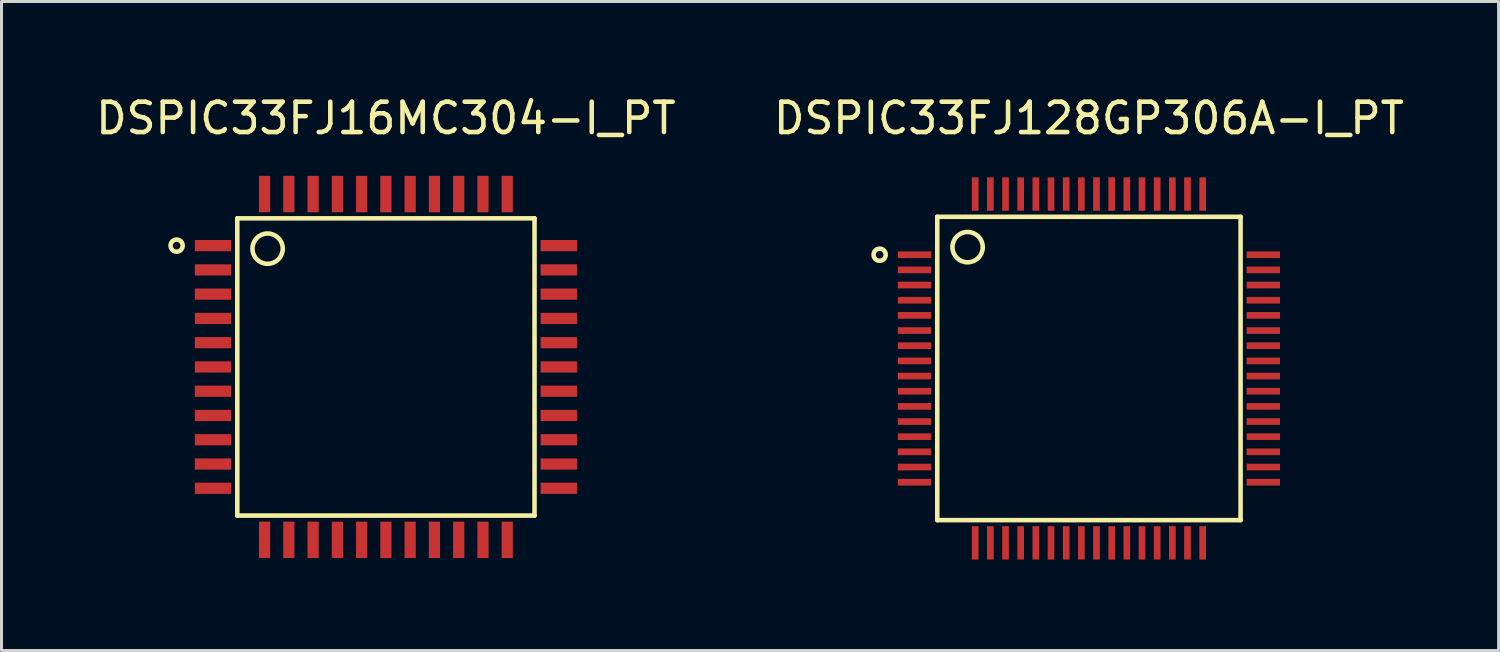
<source format=kicad_pcb>
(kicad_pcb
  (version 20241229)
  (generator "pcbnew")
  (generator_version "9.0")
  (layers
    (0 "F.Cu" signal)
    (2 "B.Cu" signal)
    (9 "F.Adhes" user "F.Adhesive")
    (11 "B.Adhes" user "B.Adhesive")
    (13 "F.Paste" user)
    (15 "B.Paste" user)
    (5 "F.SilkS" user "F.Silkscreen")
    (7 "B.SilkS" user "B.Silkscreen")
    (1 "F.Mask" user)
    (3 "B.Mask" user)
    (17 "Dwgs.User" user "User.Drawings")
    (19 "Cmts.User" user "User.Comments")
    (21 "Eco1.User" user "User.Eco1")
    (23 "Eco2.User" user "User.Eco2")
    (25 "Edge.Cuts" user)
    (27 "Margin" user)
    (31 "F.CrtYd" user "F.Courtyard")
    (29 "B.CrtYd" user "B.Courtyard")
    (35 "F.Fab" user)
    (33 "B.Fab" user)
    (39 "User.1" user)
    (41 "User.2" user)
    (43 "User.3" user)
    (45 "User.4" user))
  (footprint "DSPIC33FJ16MC304-I_PT"
    (layer "F.Cu")
    (at 3.973 3.348)
    (property "Reference" "DSPIC33FJ16MC304-I_PT" (at 5.7 -2.5 0) (layer "F.SilkS") (effects (font (size 1 1) (thickness 0.15))))
    (attr through_hole)
    (fp_line (start 0.8 0.8) (end 0.8 10.6) (stroke (width 0.15) (type solid)) (layer "F.SilkS"))
    (fp_line (start 0.8 0.8) (end 10.6 0.8) (stroke (width 0.15) (type solid)) (layer "F.SilkS"))
    (fp_line (start 0.8 10.6) (end 10.6 10.6) (stroke (width 0.15) (type solid)) (layer "F.SilkS"))
    (fp_line (start 10.6 10.6) (end 10.6 0.8) (stroke (width 0.15) (type solid)) (layer "F.SilkS"))
    (fp_circle (center -1.2 1.7) (end -1.2 1.5) (stroke (width 0.15) (type solid)) (fill no) (layer "F.SilkS"))
    (fp_circle (center 1.8 1.8) (end 1.8 1.3) (stroke (width 0.15) (type solid)) (fill no) (layer "F.SilkS"))
    (pad "1" smd rect (at 0 1.7) (size 1.2 0.37) (layers "F.Cu" "F.Mask" "F.Paste"))
    (pad "2" smd rect (at 0 2.5) (size 1.2 0.37) (layers "F.Cu" "F.Mask" "F.Paste"))
    (pad "3" smd rect (at 0 3.3) (size 1.2 0.37) (layers "F.Cu" "F.Mask" "F.Paste"))
    (pad "4" smd rect (at 0 4.1) (size 1.2 0.37) (layers "F.Cu" "F.Mask" "F.Paste"))
    (pad "5" smd rect (at 0 4.9) (size 1.2 0.37) (layers "F.Cu" "F.Mask" "F.Paste"))
    (pad "6" smd rect (at 0 5.7) (size 1.2 0.37) (layers "F.Cu" "F.Mask" "F.Paste"))
    (pad "7" smd rect (at 0 6.5) (size 1.2 0.37) (layers "F.Cu" "F.Mask" "F.Paste"))
    (pad "8" smd rect (at 0 7.3) (size 1.2 0.37) (layers "F.Cu" "F.Mask" "F.Paste"))
    (pad "9" smd rect (at 0 8.1) (size 1.2 0.37) (layers "F.Cu" "F.Mask" "F.Paste"))
    (pad "10" smd rect (at 0 8.9) (size 1.2 0.37) (layers "F.Cu" "F.Mask" "F.Paste"))
    (pad "11" smd rect (at 0 9.7) (size 1.2 0.37) (layers "F.Cu" "F.Mask" "F.Paste"))
    (pad "12" smd rect (at 1.7 11.4) (size 0.37 1.2) (layers "F.Cu" "F.Mask" "F.Paste"))
    (pad "13" smd rect (at 2.5 11.4) (size 0.37 1.2) (layers "F.Cu" "F.Mask" "F.Paste"))
    (pad "14" smd rect (at 3.3 11.4) (size 0.37 1.2) (layers "F.Cu" "F.Mask" "F.Paste"))
    (pad "15" smd rect (at 4.1 11.4) (size 0.37 1.2) (layers "F.Cu" "F.Mask" "F.Paste"))
    (pad "16" smd rect (at 4.9 11.4) (size 0.37 1.2) (layers "F.Cu" "F.Mask" "F.Paste"))
    (pad "17" smd rect (at 5.7 11.4) (size 0.37 1.2) (layers "F.Cu" "F.Mask" "F.Paste"))
    (pad "18" smd rect (at 6.5 11.4) (size 0.37 1.2) (layers "F.Cu" "F.Mask" "F.Paste"))
    (pad "19" smd rect (at 7.3 11.4) (size 0.37 1.2) (layers "F.Cu" "F.Mask" "F.Paste"))
    (pad "20" smd rect (at 8.1 11.4) (size 0.37 1.2) (layers "F.Cu" "F.Mask" "F.Paste"))
    (pad "21" smd rect (at 8.9 11.4) (size 0.37 1.2) (layers "F.Cu" "F.Mask" "F.Paste"))
    (pad "22" smd rect (at 9.7 11.4) (size 0.37 1.2) (layers "F.Cu" "F.Mask" "F.Paste"))
    (pad "23" smd rect (at 11.4 9.7) (size 1.2 0.37) (layers "F.Cu" "F.Mask" "F.Paste"))
    (pad "24" smd rect (at 11.4 8.9) (size 1.2 0.37) (layers "F.Cu" "F.Mask" "F.Paste"))
    (pad "25" smd rect (at 11.4 8.1) (size 1.2 0.37) (layers "F.Cu" "F.Mask" "F.Paste"))
    (pad "26" smd rect (at 11.4 7.3) (size 1.2 0.37) (layers "F.Cu" "F.Mask" "F.Paste"))
    (pad "27" smd rect (at 11.4 6.5) (size 1.2 0.37) (layers "F.Cu" "F.Mask" "F.Paste"))
    (pad "28" smd rect (at 11.4 5.7) (size 1.2 0.37) (layers "F.Cu" "F.Mask" "F.Paste"))
    (pad "29" smd rect (at 11.4 4.9) (size 1.2 0.37) (layers "F.Cu" "F.Mask" "F.Paste"))
    (pad "30" smd rect (at 11.4 4.1) (size 1.2 0.37) (layers "F.Cu" "F.Mask" "F.Paste"))
    (pad "31" smd rect (at 11.4 3.3) (size 1.2 0.37) (layers "F.Cu" "F.Mask" "F.Paste"))
    (pad "32" smd rect (at 11.4 2.5) (size 1.2 0.37) (layers "F.Cu" "F.Mask" "F.Paste"))
    (pad "33" smd rect (at 11.4 1.7) (size 1.2 0.37) (layers "F.Cu" "F.Mask" "F.Paste"))
    (pad "34" smd rect (at 9.7 0) (size 0.37 1.2) (layers "F.Cu" "F.Mask" "F.Paste"))
    (pad "35" smd rect (at 8.9 0) (size 0.37 1.2) (layers "F.Cu" "F.Mask" "F.Paste"))
    (pad "36" smd rect (at 8.1 0) (size 0.37 1.2) (layers "F.Cu" "F.Mask" "F.Paste"))
    (pad "37" smd rect (at 7.3 0) (size 0.37 1.2) (layers "F.Cu" "F.Mask" "F.Paste"))
    (pad "38" smd rect (at 6.5 0) (size 0.37 1.2) (layers "F.Cu" "F.Mask" "F.Paste"))
    (pad "39" smd rect (at 5.7 0) (size 0.37 1.2) (layers "F.Cu" "F.Mask" "F.Paste"))
    (pad "40" smd rect (at 4.9 0) (size 0.37 1.2) (layers "F.Cu" "F.Mask" "F.Paste"))
    (pad "41" smd rect (at 4.1 0) (size 0.37 1.2) (layers "F.Cu" "F.Mask" "F.Paste"))
    (pad "42" smd rect (at 3.3 0) (size 0.37 1.2) (layers "F.Cu" "F.Mask" "F.Paste"))
    (pad "43" smd rect (at 2.5 0) (size 0.37 1.2) (layers "F.Cu" "F.Mask" "F.Paste"))
    (pad "44" smd rect (at 1.7 0) (size 0.37 1.2) (layers "F.Cu" "F.Mask" "F.Paste")))
  (footprint "DSPIC33FJ128GP306A-I_PT"
    (layer "F.Cu")
    (at 27.101 3.348)
    (property "Reference" "DSPIC33FJ128GP306A-I_PT" (at 5.75 -2.5 0) (layer "F.SilkS") (effects (font (size 1 1) (thickness 0.15))))
    (attr through_hole)
    (fp_line (start 0.75 0.75) (end 0.75 10.75) (stroke (width 0.15) (type solid)) (layer "F.SilkS"))
    (fp_line (start 0.75 0.75) (end 10.75 0.75) (stroke (width 0.15) (type solid)) (layer "F.SilkS"))
    (fp_line (start 0.75 10.75) (end 10.75 10.75) (stroke (width 0.15) (type solid)) (layer "F.SilkS"))
    (fp_line (start 10.75 10.75) (end 10.75 0.75) (stroke (width 0.15) (type solid)) (layer "F.SilkS"))
    (fp_circle (center -1.15 2) (end -1.15 1.8) (stroke (width 0.15) (type solid)) (fill no) (layer "F.SilkS"))
    (fp_circle (center 1.75 1.75) (end 1.75 1.25) (stroke (width 0.15) (type solid)) (fill no) (layer "F.SilkS"))
    (pad "1" smd rect (at 0 2) (size 1.1 0.22) (layers "F.Cu" "F.Mask" "F.Paste"))
    (pad "2" smd rect (at 0 2.5) (size 1.1 0.22) (layers "F.Cu" "F.Mask" "F.Paste"))
    (pad "3" smd rect (at 0 3) (size 1.1 0.22) (layers "F.Cu" "F.Mask" "F.Paste"))
    (pad "4" smd rect (at 0 3.5) (size 1.1 0.22) (layers "F.Cu" "F.Mask" "F.Paste"))
    (pad "5" smd rect (at 0 4) (size 1.1 0.22) (layers "F.Cu" "F.Mask" "F.Paste"))
    (pad "6" smd rect (at 0 4.5) (size 1.1 0.22) (layers "F.Cu" "F.Mask" "F.Paste"))
    (pad "7" smd rect (at 0 5) (size 1.1 0.22) (layers "F.Cu" "F.Mask" "F.Paste"))
    (pad "8" smd rect (at 0 5.5) (size 1.1 0.22) (layers "F.Cu" "F.Mask" "F.Paste"))
    (pad "9" smd rect (at 0 6) (size 1.1 0.22) (layers "F.Cu" "F.Mask" "F.Paste"))
    (pad "10" smd rect (at 0 6.5) (size 1.1 0.22) (layers "F.Cu" "F.Mask" "F.Paste"))
    (pad "11" smd rect (at 0 7) (size 1.1 0.22) (layers "F.Cu" "F.Mask" "F.Paste"))
    (pad "12" smd rect (at 0 7.5) (size 1.1 0.22) (layers "F.Cu" "F.Mask" "F.Paste"))
    (pad "13" smd rect (at 0 8) (size 1.1 0.22) (layers "F.Cu" "F.Mask" "F.Paste"))
    (pad "14" smd rect (at 0 8.5) (size 1.1 0.22) (layers "F.Cu" "F.Mask" "F.Paste"))
    (pad "15" smd rect (at 0 9) (size 1.1 0.22) (layers "F.Cu" "F.Mask" "F.Paste"))
    (pad "16" smd rect (at 0 9.5) (size 1.1 0.22) (layers "F.Cu" "F.Mask" "F.Paste"))
    (pad "17" smd rect (at 2 11.5) (size 0.22 1.1) (layers "F.Cu" "F.Mask" "F.Paste"))
    (pad "18" smd rect (at 2.5 11.5) (size 0.22 1.1) (layers "F.Cu" "F.Mask" "F.Paste"))
    (pad "19" smd rect (at 3 11.5) (size 0.22 1.1) (layers "F.Cu" "F.Mask" "F.Paste"))
    (pad "20" smd rect (at 3.5 11.5) (size 0.22 1.1) (layers "F.Cu" "F.Mask" "F.Paste"))
    (pad "21" smd rect (at 4 11.5) (size 0.22 1.1) (layers "F.Cu" "F.Mask" "F.Paste"))
    (pad "22" smd rect (at 4.5 11.5) (size 0.22 1.1) (layers "F.Cu" "F.Mask" "F.Paste"))
    (pad "23" smd rect (at 5 11.5) (size 0.22 1.1) (layers "F.Cu" "F.Mask" "F.Paste"))
    (pad "24" smd rect (at 5.5 11.5) (size 0.22 1.1) (layers "F.Cu" "F.Mask" "F.Paste"))
    (pad "25" smd rect (at 6 11.5) (size 0.22 1.1) (layers "F.Cu" "F.Mask" "F.Paste"))
    (pad "26" smd rect (at 6.5 11.5) (size 0.22 1.1) (layers "F.Cu" "F.Mask" "F.Paste"))
    (pad "27" smd rect (at 7 11.5) (size 0.22 1.1) (layers "F.Cu" "F.Mask" "F.Paste"))
    (pad "28" smd rect (at 7.5 11.5) (size 0.22 1.1) (layers "F.Cu" "F.Mask" "F.Paste"))
    (pad "29" smd rect (at 8 11.5) (size 0.22 1.1) (layers "F.Cu" "F.Mask" "F.Paste"))
    (pad "30" smd rect (at 8.5 11.5) (size 0.22 1.1) (layers "F.Cu" "F.Mask" "F.Paste"))
    (pad "31" smd rect (at 9 11.5) (size 0.22 1.1) (layers "F.Cu" "F.Mask" "F.Paste"))
    (pad "32" smd rect (at 9.5 11.5) (size 0.22 1.1) (layers "F.Cu" "F.Mask" "F.Paste"))
    (pad "33" smd rect (at 11.5 9.5) (size 1.1 0.22) (layers "F.Cu" "F.Mask" "F.Paste"))
    (pad "34" smd rect (at 11.5 9) (size 1.1 0.22) (layers "F.Cu" "F.Mask" "F.Paste"))
    (pad "35" smd rect (at 11.5 8.5) (size 1.1 0.22) (layers "F.Cu" "F.Mask" "F.Paste"))
    (pad "36" smd rect (at 11.5 8) (size 1.1 0.22) (layers "F.Cu" "F.Mask" "F.Paste"))
    (pad "37" smd rect (at 11.5 7.5) (size 1.1 0.22) (layers "F.Cu" "F.Mask" "F.Paste"))
    (pad "38" smd rect (at 11.5 7) (size 1.1 0.22) (layers "F.Cu" "F.Mask" "F.Paste"))
    (pad "39" smd rect (at 11.5 6.5) (size 1.1 0.22) (layers "F.Cu" "F.Mask" "F.Paste"))
    (pad "40" smd rect (at 11.5 6) (size 1.1 0.22) (layers "F.Cu" "F.Mask" "F.Paste"))
    (pad "41" smd rect (at 11.5 5.5) (size 1.1 0.22) (layers "F.Cu" "F.Mask" "F.Paste"))
    (pad "42" smd rect (at 11.5 5) (size 1.1 0.22) (layers "F.Cu" "F.Mask" "F.Paste"))
    (pad "43" smd rect (at 11.5 4.5) (size 1.1 0.22) (layers "F.Cu" "F.Mask" "F.Paste"))
    (pad "44" smd rect (at 11.5 4) (size 1.1 0.22) (layers "F.Cu" "F.Mask" "F.Paste"))
    (pad "45" smd rect (at 11.5 3.5) (size 1.1 0.22) (layers "F.Cu" "F.Mask" "F.Paste"))
    (pad "46" smd rect (at 11.5 3) (size 1.1 0.22) (layers "F.Cu" "F.Mask" "F.Paste"))
    (pad "47" smd rect (at 11.5 2.5) (size 1.1 0.22) (layers "F.Cu" "F.Mask" "F.Paste"))
    (pad "48" smd rect (at 11.5 2) (size 1.1 0.22) (layers "F.Cu" "F.Mask" "F.Paste"))
    (pad "49" smd rect (at 9.5 0) (size 0.22 1.1) (layers "F.Cu" "F.Mask" "F.Paste"))
    (pad "50" smd rect (at 9 0) (size 0.22 1.1) (layers "F.Cu" "F.Mask" "F.Paste"))
    (pad "51" smd rect (at 8.5 0) (size 0.22 1.1) (layers "F.Cu" "F.Mask" "F.Paste"))
    (pad "52" smd rect (at 8 0) (size 0.22 1.1) (layers "F.Cu" "F.Mask" "F.Paste"))
    (pad "53" smd rect (at 7.5 0) (size 0.22 1.1) (layers "F.Cu" "F.Mask" "F.Paste"))
    (pad "54" smd rect (at 7 0) (size 0.22 1.1) (layers "F.Cu" "F.Mask" "F.Paste"))
    (pad "55" smd rect (at 6.5 0) (size 0.22 1.1) (layers "F.Cu" "F.Mask" "F.Paste"))
    (pad "56" smd rect (at 6 0) (size 0.22 1.1) (layers "F.Cu" "F.Mask" "F.Paste"))
    (pad "57" smd rect (at 5.5 0) (size 0.22 1.1) (layers "F.Cu" "F.Mask" "F.Paste"))
    (pad "58" smd rect (at 5 0) (size 0.22 1.1) (layers "F.Cu" "F.Mask" "F.Paste"))
    (pad "59" smd rect (at 4.5 0) (size 0.22 1.1) (layers "F.Cu" "F.Mask" "F.Paste"))
    (pad "60" smd rect (at 4 0) (size 0.22 1.1) (layers "F.Cu" "F.Mask" "F.Paste"))
    (pad "61" smd rect (at 3.5 0) (size 0.22 1.1) (layers "F.Cu" "F.Mask" "F.Paste"))
    (pad "62" smd rect (at 3 0) (size 0.22 1.1) (layers "F.Cu" "F.Mask" "F.Paste"))
    (pad "63" smd rect (at 2.5 0) (size 0.22 1.1) (layers "F.Cu" "F.Mask" "F.Paste"))
    (pad "64" smd rect (at 2 0) (size 0.22 1.1) (layers "F.Cu" "F.Mask" "F.Paste")))
  (gr_rect
    (start -3 -3)
    (end 46.357 18.398)
    (stroke (width 0.1) (type default))
    (fill no)
    (layer "Edge.Cuts")))
</source>
